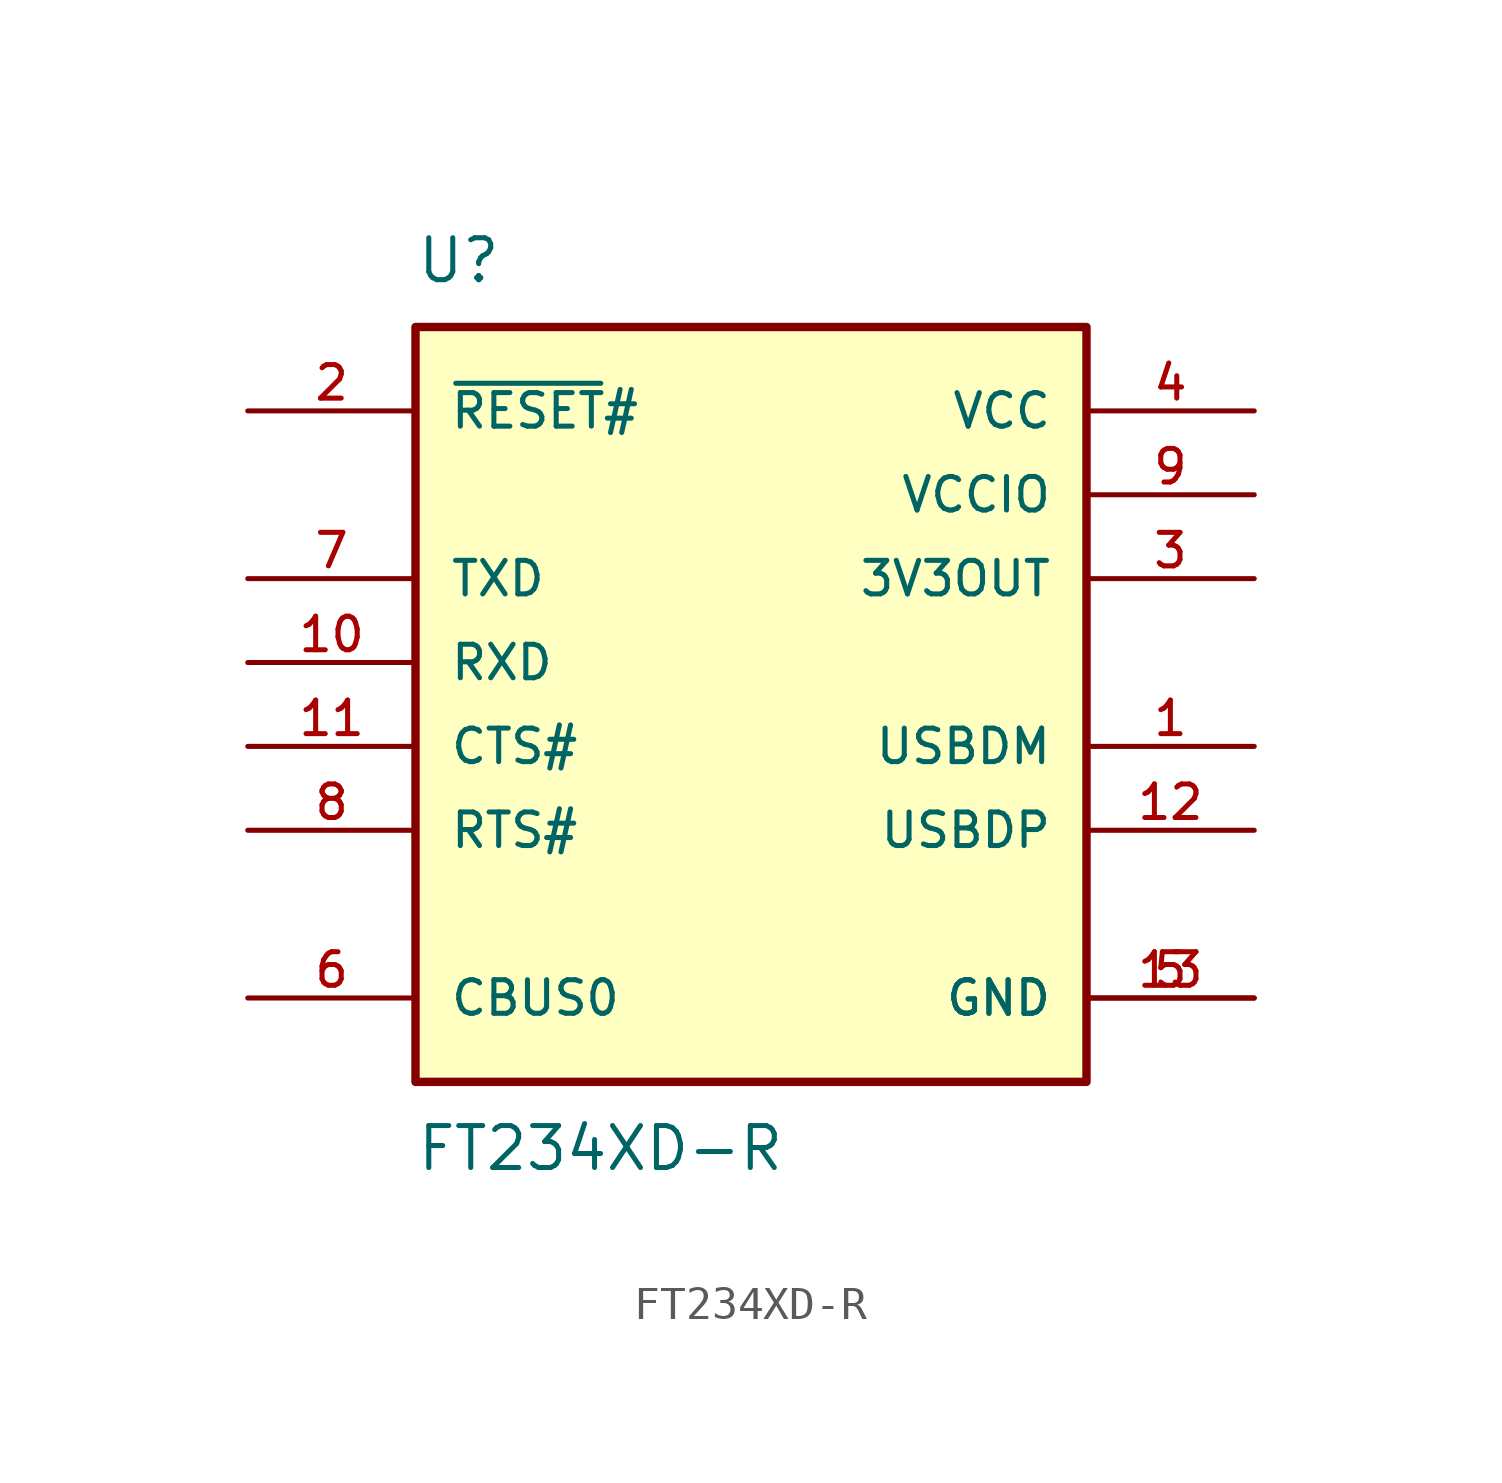
<source format=kicad_sym>
(kicad_symbol_lib
  (version 20211014)
  (generator kicad_symbol_editor)
  (symbol "FT234XD-R"
    (pin_names
      (offset 1.016))
    (property "Reference" "U"
      (at -10.16 13.97 0)
      (effects (font (size 1.27 1.27)) (justify bottom left)))
    (property "Value" "FT234XD-R"
      (at -10.16 -11.43 0)
      (effects (font (size 1.27 1.27)) (justify top left)))
    (symbol "FT234XD-R_0_0"
      (rectangle (start -10.16 -10.16) (end 10.16 12.7) (stroke (width 0.254)) (fill (type background)))
      (pin output line (at 15.24 5.08 180.0) (length 5.08) (name "3V3OUT" (effects (font (size 1.016 1.016)))) (number "3" (effects (font (size 1.016 1.016)))))
      (pin power_in line (at 15.24 -7.62 180.0) (length 5.08) (name "GND" (effects (font (size 1.016 1.016)))) (number "5" (effects (font (size 1.016 1.016)))))
      (pin power_in line (at 15.24 -7.62 180.0) (length 5.08) (name "GND" (effects (font (size 1.016 1.016)))) (number "13" (effects (font (size 1.016 1.016)))))
      (pin bidirectional line (at 15.24 0.0 180.0) (length 5.08) (name "USBDM" (effects (font (size 1.016 1.016)))) (number "1" (effects (font (size 1.016 1.016)))))
      (pin power_in line (at 15.24 10.16 180.0) (length 5.08) (name "VCC" (effects (font (size 1.016 1.016)))) (number "4" (effects (font (size 1.016 1.016)))))
      (pin power_in line (at 15.24 7.62 180.0) (length 5.08) (name "VCCIO" (effects (font (size 1.016 1.016)))) (number "9" (effects (font (size 1.016 1.016)))))
      (pin bidirectional line (at 15.24 -2.54 180.0) (length 5.08) (name "USBDP" (effects (font (size 1.016 1.016)))) (number "12" (effects (font (size 1.016 1.016)))))
      (pin input line (at -15.24 10.16 0) (length 5.08) (name "~{RESET}#" (effects (font (size 1.016 1.016)))) (number "2" (effects (font (size 1.016 1.016)))))
      (pin output line (at -15.24 5.08 0) (length 5.08) (name "TXD" (effects (font (size 1.016 1.016)))) (number "7" (effects (font (size 1.016 1.016)))))
      (pin input line (at -15.24 2.54 0) (length 5.08) (name "RXD" (effects (font (size 1.016 1.016)))) (number "10" (effects (font (size 1.016 1.016)))))
      (pin output line (at -15.24 -2.54 0) (length 5.08) (name "RTS#" (effects (font (size 1.016 1.016)))) (number "8" (effects (font (size 1.016 1.016)))))
      (pin input line (at -15.24 0.0 0) (length 5.08) (name "CTS#" (effects (font (size 1.016 1.016)))) (number "11" (effects (font (size 1.016 1.016)))))
      (pin bidirectional line (at -15.24 -7.62 0) (length 5.08) (name "CBUS0" (effects (font (size 1.016 1.016)))) (number "6" (effects (font (size 1.016 1.016))))))))
</source>
